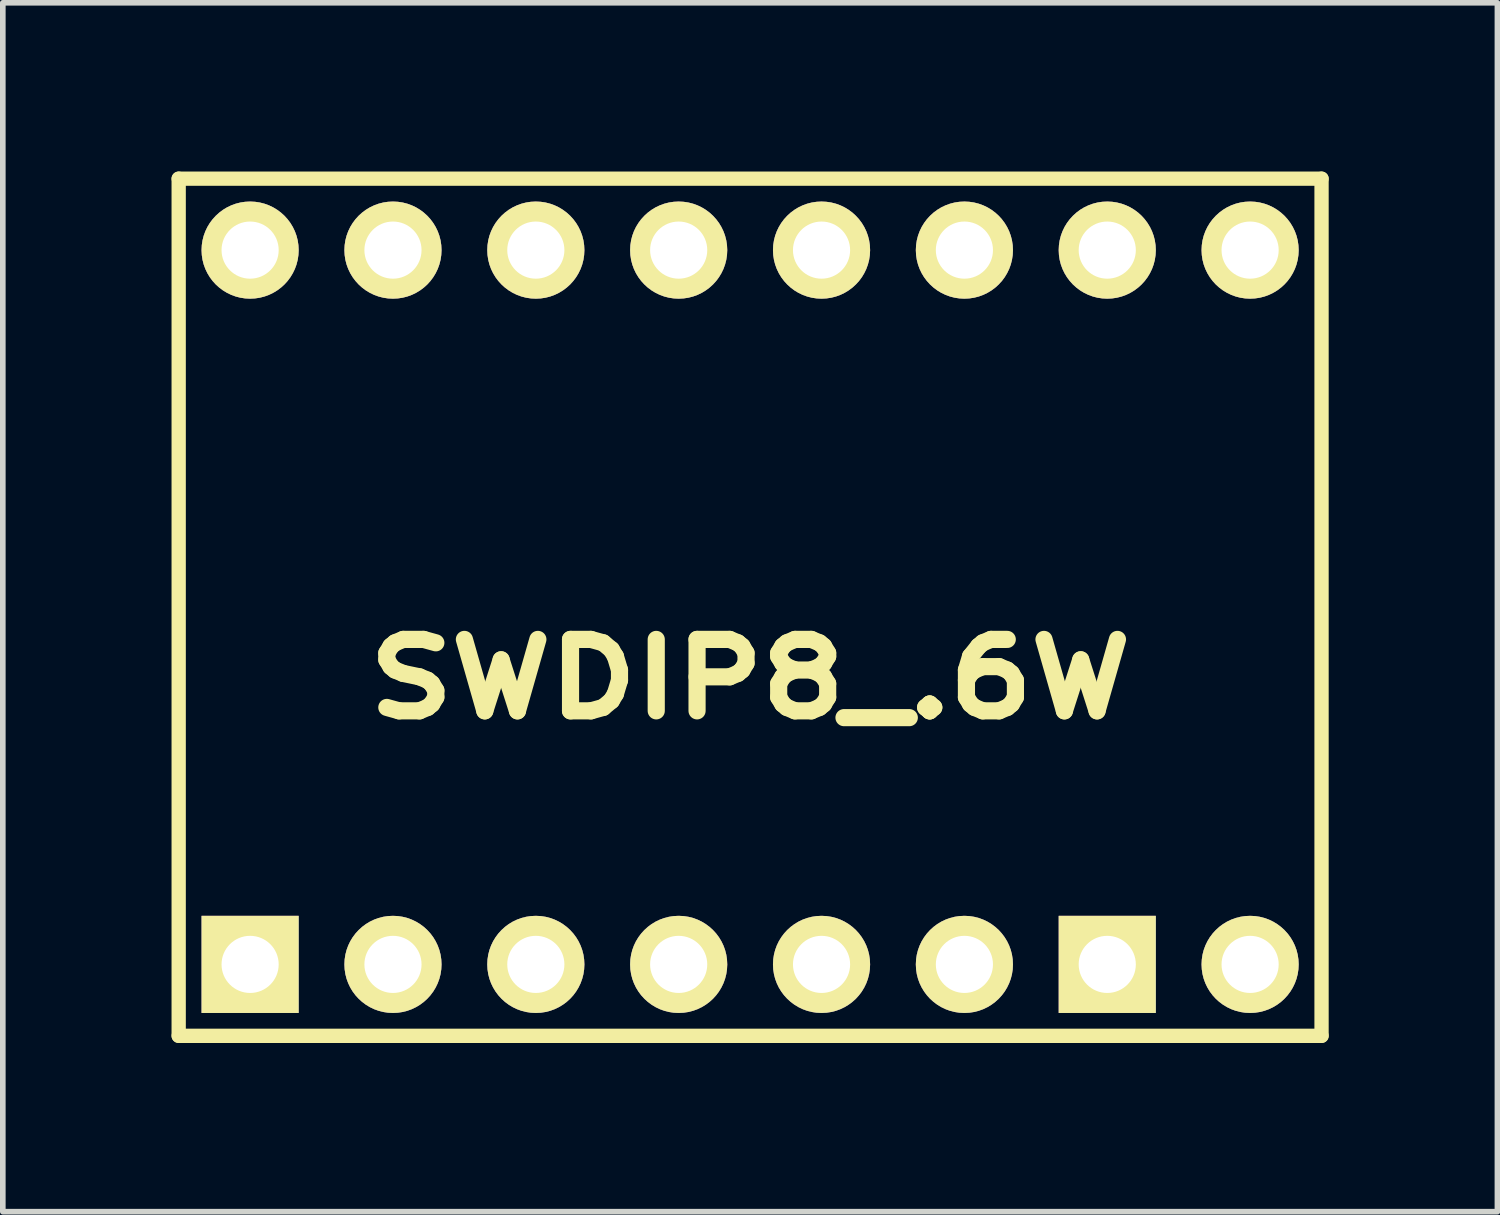
<source format=kicad_pcb>
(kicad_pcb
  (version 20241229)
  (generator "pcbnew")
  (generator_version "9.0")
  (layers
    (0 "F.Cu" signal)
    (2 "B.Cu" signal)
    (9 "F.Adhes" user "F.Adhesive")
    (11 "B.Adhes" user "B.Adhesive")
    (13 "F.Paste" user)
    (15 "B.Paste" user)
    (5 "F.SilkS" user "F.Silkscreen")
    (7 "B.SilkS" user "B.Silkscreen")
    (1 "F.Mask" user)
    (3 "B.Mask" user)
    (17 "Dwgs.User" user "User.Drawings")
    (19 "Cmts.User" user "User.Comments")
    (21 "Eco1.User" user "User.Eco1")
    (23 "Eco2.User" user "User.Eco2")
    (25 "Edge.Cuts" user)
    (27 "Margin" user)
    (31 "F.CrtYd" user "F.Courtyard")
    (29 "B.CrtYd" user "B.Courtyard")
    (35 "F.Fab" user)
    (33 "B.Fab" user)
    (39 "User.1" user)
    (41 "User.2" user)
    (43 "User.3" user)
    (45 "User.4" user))
  (footprint "SWDIP8_.6W"
    (layer "F.Cu")
    (at 10.287 7.747)
    (property "Reference" "SWDIP8_.6W" (at 0 1.27 0) (layer "F.SilkS") (effects (font (size 1.27 1.524) (thickness 0.305))))
    (attr through_hole)
    (fp_line (start -10.16 -7.62) (end 10.16 -7.62) (stroke (width 0.254) (type solid)) (layer "F.SilkS"))
    (fp_line (start -10.16 7.62) (end -10.16 -7.62) (stroke (width 0.254) (type solid)) (layer "F.SilkS"))
    (fp_line (start 10.16 -7.62) (end 10.16 7.62) (stroke (width 0.254) (type solid)) (layer "F.SilkS"))
    (fp_line (start 10.16 7.62) (end -10.16 7.62) (stroke (width 0.254) (type solid)) (layer "F.SilkS"))
    (pad "1" thru_hole rect (at -8.89 6.35) (size 1.727 1.727) (drill 1.016) (layers "*.Cu" "*.Mask" "F.SilkS"))
    (pad "2" thru_hole circle (at -6.35 6.35) (size 1.727 1.727) (drill 1.016) (layers "*.Cu" "*.Mask" "F.SilkS"))
    (pad "3" thru_hole circle (at -3.81 6.35) (size 1.727 1.727) (drill 1.016) (layers "*.Cu" "*.Mask" "F.SilkS"))
    (pad "4" thru_hole circle (at -1.27 6.35) (size 1.727 1.727) (drill 1.016) (layers "*.Cu" "*.Mask" "F.SilkS"))
    (pad "5" thru_hole circle (at 1.27 6.35) (size 1.727 1.727) (drill 1.016) (layers "*.Cu" "*.Mask" "F.SilkS"))
    (pad "6" thru_hole circle (at 3.81 6.35) (size 1.727 1.727) (drill 1.016) (layers "*.Cu" "*.Mask" "F.SilkS"))
    (pad "7" thru_hole rect (at 6.35 6.35) (size 1.727 1.727) (drill 1.016) (layers "*.Cu" "*.Mask" "F.SilkS"))
    (pad "8" thru_hole circle (at 8.89 6.35) (size 1.727 1.727) (drill 1.016) (layers "*.Cu" "*.Mask" "F.SilkS"))
    (pad "9" thru_hole circle (at 8.89 -6.35) (size 1.727 1.727) (drill 1.016) (layers "*.Cu" "*.Mask" "F.SilkS"))
    (pad "10" thru_hole circle (at 6.35 -6.35) (size 1.727 1.727) (drill 1.016) (layers "*.Cu" "*.Mask" "F.SilkS"))
    (pad "11" thru_hole circle (at 3.81 -6.35) (size 1.727 1.727) (drill 1.016) (layers "*.Cu" "*.Mask" "F.SilkS"))
    (pad "12" thru_hole circle (at 1.27 -6.35) (size 1.727 1.727) (drill 1.016) (layers "*.Cu" "*.Mask" "F.SilkS"))
    (pad "13" thru_hole circle (at -1.27 -6.35) (size 1.727 1.727) (drill 1.016) (layers "*.Cu" "*.Mask" "F.SilkS"))
    (pad "14" thru_hole circle (at -3.81 -6.35) (size 1.727 1.727) (drill 1.016) (layers "*.Cu" "*.Mask" "F.SilkS"))
    (pad "15" thru_hole circle (at -6.35 -6.35) (size 1.727 1.727) (drill 1.016) (layers "*.Cu" "*.Mask" "F.SilkS"))
    (pad "16" thru_hole circle (at -8.89 -6.35) (size 1.727 1.727) (drill 1.016) (layers "*.Cu" "*.Mask" "F.SilkS")))
  (gr_rect
    (start -3 -3)
    (end 23.574 18.494)
    (stroke (width 0.1) (type default))
    (fill no)
    (layer "Edge.Cuts")))
</source>
